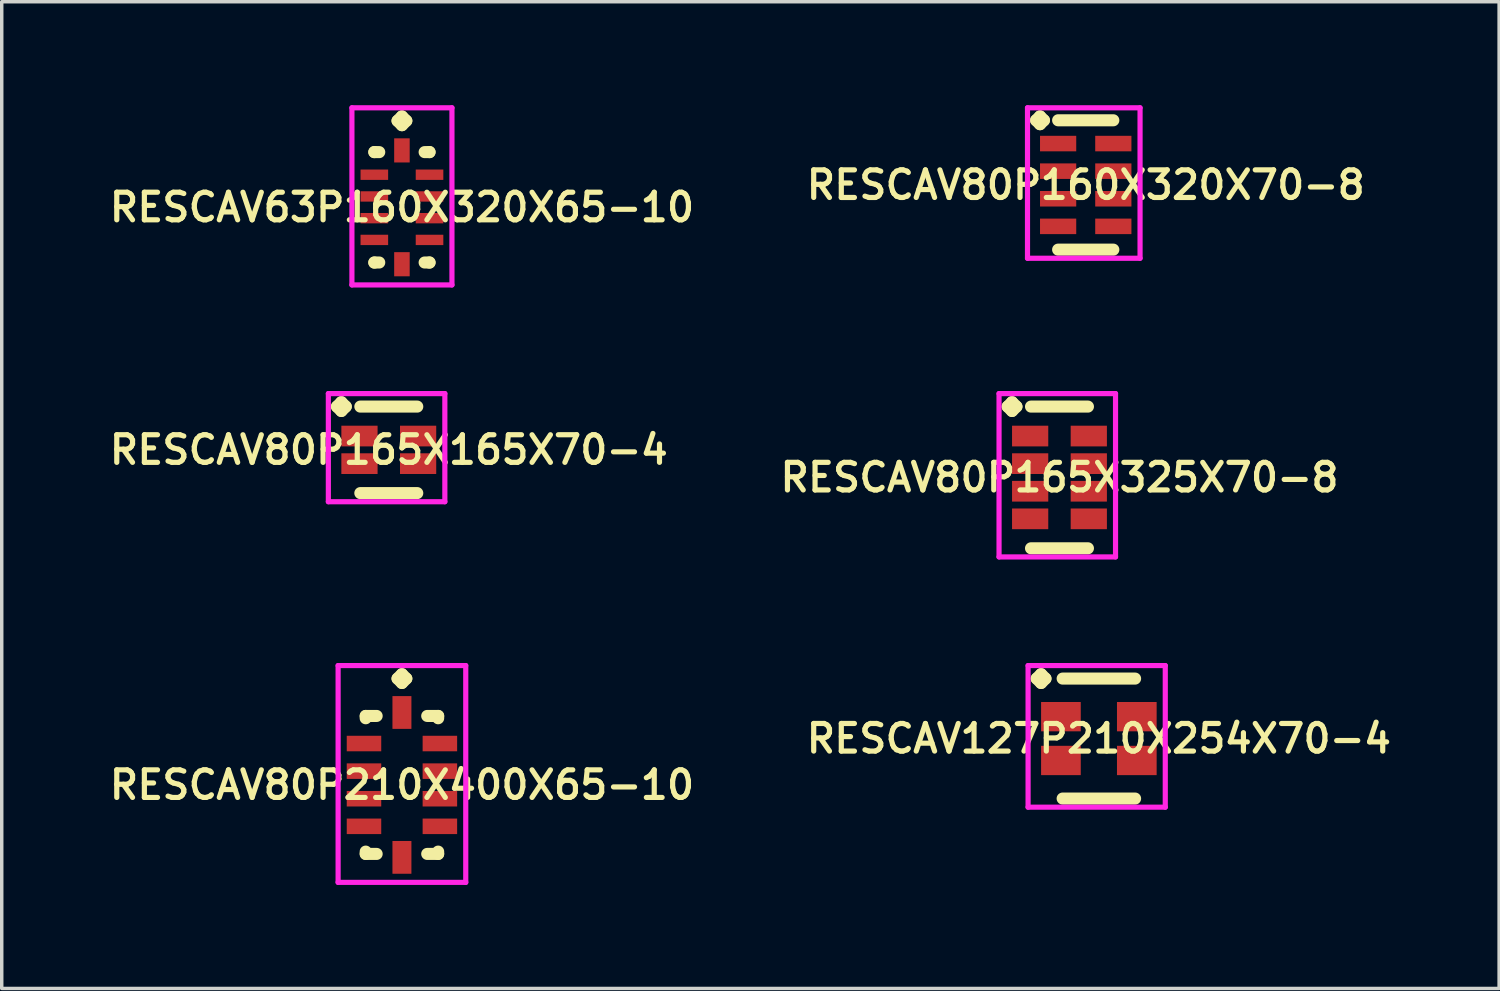
<source format=kicad_pcb>
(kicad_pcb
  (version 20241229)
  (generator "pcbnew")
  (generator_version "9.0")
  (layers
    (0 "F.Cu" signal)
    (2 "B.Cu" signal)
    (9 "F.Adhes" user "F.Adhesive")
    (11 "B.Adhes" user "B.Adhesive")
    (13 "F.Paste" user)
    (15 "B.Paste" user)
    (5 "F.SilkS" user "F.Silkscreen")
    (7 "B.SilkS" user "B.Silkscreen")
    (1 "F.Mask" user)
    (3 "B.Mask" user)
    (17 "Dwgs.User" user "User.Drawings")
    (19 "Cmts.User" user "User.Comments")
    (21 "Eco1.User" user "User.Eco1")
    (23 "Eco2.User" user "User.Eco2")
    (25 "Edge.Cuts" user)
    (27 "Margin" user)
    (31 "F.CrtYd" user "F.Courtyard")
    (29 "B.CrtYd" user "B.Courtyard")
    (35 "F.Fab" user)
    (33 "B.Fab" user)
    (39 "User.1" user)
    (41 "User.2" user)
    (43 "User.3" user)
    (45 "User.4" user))
  (footprint "RESCAV80P210X400X65-10"
    (layer "F.Cu")
    (at 8.602 19.705)
    (property "Reference" "RESCAV80P210X400X65-10" (at 0 0 0) (layer "F.SilkS") (effects (font (size 0.8 0.8) (thickness 0.15))))
    (attr smd)
    (fp_line (start -1.05 -2) (end -0.733 -2) (stroke (width 0.35) (type solid)) (layer "F.SilkS"))
    (fp_line (start -1.05 -1.933) (end -1.05 -2) (stroke (width 0.35) (type solid)) (layer "F.SilkS"))
    (fp_line (start -1.05 1.933) (end -1.05 2) (stroke (width 0.35) (type solid)) (layer "F.SilkS"))
    (fp_line (start -1.05 2) (end -0.733 2) (stroke (width 0.35) (type solid)) (layer "F.SilkS"))
    (fp_line (start -0.127 -3.083) (end 0 -3.21) (stroke (width 0.35) (type solid)) (layer "F.SilkS"))
    (fp_line (start 0 -3.21) (end 0.127 -3.083) (stroke (width 0.35) (type solid)) (layer "F.SilkS"))
    (fp_line (start 0 -2.956) (end -0.127 -3.083) (stroke (width 0.35) (type solid)) (layer "F.SilkS"))
    (fp_line (start 0.127 -3.083) (end 0 -2.956) (stroke (width 0.35) (type solid)) (layer "F.SilkS"))
    (fp_line (start 1.05 -2) (end 0.733 -2) (stroke (width 0.35) (type solid)) (layer "F.SilkS"))
    (fp_line (start 1.05 -1.933) (end 1.05 -2) (stroke (width 0.35) (type solid)) (layer "F.SilkS"))
    (fp_line (start 1.05 1.933) (end 1.05 2) (stroke (width 0.35) (type solid)) (layer "F.SilkS"))
    (fp_line (start 1.05 2) (end 0.733 2) (stroke (width 0.35) (type solid)) (layer "F.SilkS"))
    (fp_line (start -1.85 -3.46) (end 1.85 -3.46) (stroke (width 0.15) (type solid)) (layer "F.CrtYd"))
    (fp_line (start -1.85 2.825) (end -1.85 -3.46) (stroke (width 0.15) (type solid)) (layer "F.CrtYd"))
    (fp_line (start 1.85 -3.46) (end 1.85 2.825) (stroke (width 0.15) (type solid)) (layer "F.CrtYd"))
    (fp_line (start 1.85 2.825) (end -1.85 2.825) (stroke (width 0.15) (type solid)) (layer "F.CrtYd"))
    (pad "1" smd rect (at 0 -2.1) (size 0.55 0.95) (layers "F.Cu" "F.Mask" "F.Paste"))
    (pad "2" smd rect (at -1.1 -1.2) (size 1 0.45) (layers "F.Cu" "F.Mask" "F.Paste"))
    (pad "3" smd rect (at -1.1 -0.4) (size 1 0.45) (layers "F.Cu" "F.Mask" "F.Paste"))
    (pad "4" smd rect (at -1.1 0.4) (size 1 0.45) (layers "F.Cu" "F.Mask" "F.Paste"))
    (pad "5" smd rect (at -1.1 1.2) (size 1 0.45) (layers "F.Cu" "F.Mask" "F.Paste"))
    (pad "6" smd rect (at 0 2.1) (size 0.55 0.95) (layers "F.Cu" "F.Mask" "F.Paste"))
    (pad "7" smd rect (at 1.1 1.2) (size 1 0.45) (layers "F.Cu" "F.Mask" "F.Paste"))
    (pad "8" smd rect (at 1.1 0.4) (size 1 0.45) (layers "F.Cu" "F.Mask" "F.Paste"))
    (pad "9" smd rect (at 1.1 -0.4) (size 1 0.45) (layers "F.Cu" "F.Mask" "F.Paste"))
    (pad "10" smd rect (at 1.1 -1.2) (size 1 0.45) (layers "F.Cu" "F.Mask" "F.Paste")))
  (footprint "RESCAV63P160X320X65-10"
    (layer "F.Cu")
    (at 8.602 2.96)
    (property "Reference" "RESCAV63P160X320X65-10" (at 0 0 0) (layer "F.SilkS") (effects (font (size 0.8 0.8) (thickness 0.15))))
    (attr smd)
    (fp_line (start -0.8 -1.603) (end -0.8 -1.6) (stroke (width 0.35) (type solid)) (layer "F.SilkS"))
    (fp_line (start -0.8 -1.6) (end -0.658 -1.6) (stroke (width 0.35) (type solid)) (layer "F.SilkS"))
    (fp_line (start -0.8 1.6) (end -0.658 1.6) (stroke (width 0.35) (type solid)) (layer "F.SilkS"))
    (fp_line (start -0.8 1.603) (end -0.8 1.6) (stroke (width 0.35) (type solid)) (layer "F.SilkS"))
    (fp_line (start -0.127 -2.508) (end 0 -2.635) (stroke (width 0.35) (type solid)) (layer "F.SilkS"))
    (fp_line (start 0 -2.635) (end 0.127 -2.508) (stroke (width 0.35) (type solid)) (layer "F.SilkS"))
    (fp_line (start 0 -2.381) (end -0.127 -2.508) (stroke (width 0.35) (type solid)) (layer "F.SilkS"))
    (fp_line (start 0.127 -2.508) (end 0 -2.381) (stroke (width 0.35) (type solid)) (layer "F.SilkS"))
    (fp_line (start 0.8 -1.603) (end 0.8 -1.6) (stroke (width 0.35) (type solid)) (layer "F.SilkS"))
    (fp_line (start 0.8 -1.6) (end 0.658 -1.6) (stroke (width 0.35) (type solid)) (layer "F.SilkS"))
    (fp_line (start 0.8 1.6) (end 0.658 1.6) (stroke (width 0.35) (type solid)) (layer "F.SilkS"))
    (fp_line (start 0.8 1.603) (end 0.8 1.6) (stroke (width 0.35) (type solid)) (layer "F.SilkS"))
    (fp_line (start -1.45 -2.885) (end 1.45 -2.885) (stroke (width 0.15) (type solid)) (layer "F.CrtYd"))
    (fp_line (start -1.45 2.25) (end -1.45 -2.885) (stroke (width 0.15) (type solid)) (layer "F.CrtYd"))
    (fp_line (start 1.45 -2.885) (end 1.45 2.25) (stroke (width 0.15) (type solid)) (layer "F.CrtYd"))
    (fp_line (start 1.45 2.25) (end -1.45 2.25) (stroke (width 0.15) (type solid)) (layer "F.CrtYd"))
    (pad "1" smd rect (at 0 -1.65) (size 0.45 0.7) (layers "F.Cu" "F.Mask" "F.Paste"))
    (pad "2" smd rect (at -0.8 -0.945) (size 0.8 0.3) (layers "F.Cu" "F.Mask" "F.Paste"))
    (pad "3" smd rect (at -0.8 -0.315) (size 0.8 0.3) (layers "F.Cu" "F.Mask" "F.Paste"))
    (pad "4" smd rect (at -0.8 0.315) (size 0.8 0.3) (layers "F.Cu" "F.Mask" "F.Paste"))
    (pad "5" smd rect (at -0.8 0.945) (size 0.8 0.3) (layers "F.Cu" "F.Mask" "F.Paste"))
    (pad "6" smd rect (at 0 1.65) (size 0.45 0.7) (layers "F.Cu" "F.Mask" "F.Paste"))
    (pad "7" smd rect (at 0.8 0.945) (size 0.8 0.3) (layers "F.Cu" "F.Mask" "F.Paste"))
    (pad "8" smd rect (at 0.8 0.315) (size 0.8 0.3) (layers "F.Cu" "F.Mask" "F.Paste"))
    (pad "9" smd rect (at 0.8 -0.315) (size 0.8 0.3) (layers "F.Cu" "F.Mask" "F.Paste"))
    (pad "10" smd rect (at 0.8 -0.945) (size 0.8 0.3) (layers "F.Cu" "F.Mask" "F.Paste")))
  (footprint "RESCAV80P165X165X70-4"
    (layer "F.Cu")
    (at 8.221 9.991)
    (property "Reference" "RESCAV80P165X165X70-4" (at 0 0 0) (layer "F.SilkS") (effects (font (size 0.8 0.8) (thickness 0.15))))
    (attr smd)
    (fp_line (start -1.502 -1.254) (end -1.375 -1.381) (stroke (width 0.35) (type solid)) (layer "F.SilkS"))
    (fp_line (start -1.375 -1.381) (end -1.248 -1.254) (stroke (width 0.35) (type solid)) (layer "F.SilkS"))
    (fp_line (start -1.375 -1.127) (end -1.502 -1.254) (stroke (width 0.35) (type solid)) (layer "F.SilkS"))
    (fp_line (start -1.248 -1.254) (end -1.375 -1.127) (stroke (width 0.35) (type solid)) (layer "F.SilkS"))
    (fp_line (start -0.825 -1.254) (end 0.825 -1.254) (stroke (width 0.35) (type solid)) (layer "F.SilkS"))
    (fp_line (start -0.825 1.254) (end 0.825 1.254) (stroke (width 0.35) (type solid)) (layer "F.SilkS"))
    (fp_line (start -1.752 -1.631) (end 1.625 -1.631) (stroke (width 0.15) (type solid)) (layer "F.CrtYd"))
    (fp_line (start -1.752 1.504) (end -1.752 -1.631) (stroke (width 0.15) (type solid)) (layer "F.CrtYd"))
    (fp_line (start 1.625 -1.631) (end 1.625 1.504) (stroke (width 0.15) (type solid)) (layer "F.CrtYd"))
    (fp_line (start 1.625 1.504) (end -1.752 1.504) (stroke (width 0.15) (type solid)) (layer "F.CrtYd"))
    (pad "1" smd rect (at -0.85 -0.4) (size 1.05 0.6) (layers "F.Cu" "F.Mask" "F.Paste"))
    (pad "2" smd rect (at -0.85 0.4) (size 1.05 0.6) (layers "F.Cu" "F.Mask" "F.Paste"))
    (pad "3" smd rect (at 0.85 0.4) (size 1.05 0.6) (layers "F.Cu" "F.Mask" "F.Paste"))
    (pad "4" smd rect (at 0.85 -0.4) (size 1.05 0.6) (layers "F.Cu" "F.Mask" "F.Paste")))
  (footprint "RESCAV80P165X325X70-8"
    (layer "F.Cu")
    (at 27.664 10.791)
    (property "Reference" "RESCAV80P165X325X70-8" (at 0 0 0) (layer "F.SilkS") (effects (font (size 0.8 0.8) (thickness 0.15))))
    (attr smd)
    (fp_line (start -1.502 -2.054) (end -1.375 -2.181) (stroke (width 0.35) (type solid)) (layer "F.SilkS"))
    (fp_line (start -1.375 -2.181) (end -1.248 -2.054) (stroke (width 0.35) (type solid)) (layer "F.SilkS"))
    (fp_line (start -1.375 -1.927) (end -1.502 -2.054) (stroke (width 0.35) (type solid)) (layer "F.SilkS"))
    (fp_line (start -1.248 -2.054) (end -1.375 -1.927) (stroke (width 0.35) (type solid)) (layer "F.SilkS"))
    (fp_line (start -0.825 -2.054) (end 0.825 -2.054) (stroke (width 0.35) (type solid)) (layer "F.SilkS"))
    (fp_line (start -0.825 2.054) (end 0.825 2.054) (stroke (width 0.35) (type solid)) (layer "F.SilkS"))
    (fp_line (start -1.752 -2.431) (end 1.625 -2.431) (stroke (width 0.15) (type solid)) (layer "F.CrtYd"))
    (fp_line (start -1.752 2.304) (end -1.752 -2.431) (stroke (width 0.15) (type solid)) (layer "F.CrtYd"))
    (fp_line (start 1.625 -2.431) (end 1.625 2.304) (stroke (width 0.15) (type solid)) (layer "F.CrtYd"))
    (fp_line (start 1.625 2.304) (end -1.752 2.304) (stroke (width 0.15) (type solid)) (layer "F.CrtYd"))
    (pad "1" smd rect (at -0.85 -1.2) (size 1.05 0.6) (layers "F.Cu" "F.Mask" "F.Paste"))
    (pad "2" smd rect (at -0.85 -0.4) (size 1.05 0.6) (layers "F.Cu" "F.Mask" "F.Paste"))
    (pad "3" smd rect (at -0.85 0.4) (size 1.05 0.6) (layers "F.Cu" "F.Mask" "F.Paste"))
    (pad "4" smd rect (at -0.85 1.2) (size 1.05 0.6) (layers "F.Cu" "F.Mask" "F.Paste"))
    (pad "5" smd rect (at 0.85 1.2) (size 1.05 0.6) (layers "F.Cu" "F.Mask" "F.Paste"))
    (pad "6" smd rect (at 0.85 0.4) (size 1.05 0.6) (layers "F.Cu" "F.Mask" "F.Paste"))
    (pad "7" smd rect (at 0.85 -0.4) (size 1.05 0.6) (layers "F.Cu" "F.Mask" "F.Paste"))
    (pad "8" smd rect (at 0.85 -1.2) (size 1.05 0.6) (layers "F.Cu" "F.Mask" "F.Paste")))
  (footprint "RESCAV127P210X254X70-4"
    (layer "F.Cu")
    (at 28.806 18.361)
    (property "Reference" "RESCAV127P210X254X70-4" (at 0 0 0) (layer "F.SilkS") (effects (font (size 0.8 0.8) (thickness 0.15))))
    (attr smd)
    (fp_line (start -1.802 -1.739) (end -1.675 -1.866) (stroke (width 0.35) (type solid)) (layer "F.SilkS"))
    (fp_line (start -1.675 -1.866) (end -1.548 -1.739) (stroke (width 0.35) (type solid)) (layer "F.SilkS"))
    (fp_line (start -1.675 -1.612) (end -1.802 -1.739) (stroke (width 0.35) (type solid)) (layer "F.SilkS"))
    (fp_line (start -1.548 -1.739) (end -1.675 -1.612) (stroke (width 0.35) (type solid)) (layer "F.SilkS"))
    (fp_line (start -1.05 -1.739) (end 1.05 -1.739) (stroke (width 0.35) (type solid)) (layer "F.SilkS"))
    (fp_line (start -1.05 1.739) (end 1.05 1.739) (stroke (width 0.35) (type solid)) (layer "F.SilkS"))
    (fp_line (start -2.052 -2.116) (end 1.925 -2.116) (stroke (width 0.15) (type solid)) (layer "F.CrtYd"))
    (fp_line (start -2.052 1.989) (end -2.052 -2.116) (stroke (width 0.15) (type solid)) (layer "F.CrtYd"))
    (fp_line (start 1.925 -2.116) (end 1.925 1.989) (stroke (width 0.15) (type solid)) (layer "F.CrtYd"))
    (fp_line (start 1.925 1.989) (end -2.052 1.989) (stroke (width 0.15) (type solid)) (layer "F.CrtYd"))
    (pad "1" smd rect (at -1.1 -0.635) (size 1.15 0.85) (layers "F.Cu" "F.Mask" "F.Paste"))
    (pad "2" smd rect (at -1.1 0.635) (size 1.15 0.85) (layers "F.Cu" "F.Mask" "F.Paste"))
    (pad "3" smd rect (at 1.1 0.635) (size 1.15 0.85) (layers "F.Cu" "F.Mask" "F.Paste"))
    (pad "4" smd rect (at 1.1 -0.635) (size 1.15 0.85) (layers "F.Cu" "F.Mask" "F.Paste")))
  (footprint "RESCAV80P160X320X70-8"
    (layer "F.Cu")
    (at 28.425 2.312)
    (property "Reference" "RESCAV80P160X320X70-8" (at 0 0 0) (layer "F.SilkS") (effects (font (size 0.8 0.8) (thickness 0.15))))
    (attr smd)
    (fp_line (start -1.438 -1.875) (end -1.325 -1.988) (stroke (width 0.35) (type solid)) (layer "F.SilkS"))
    (fp_line (start -1.325 -1.988) (end -1.212 -1.875) (stroke (width 0.35) (type solid)) (layer "F.SilkS"))
    (fp_line (start -1.325 -1.762) (end -1.438 -1.875) (stroke (width 0.35) (type solid)) (layer "F.SilkS"))
    (fp_line (start -1.212 -1.875) (end -1.325 -1.762) (stroke (width 0.35) (type solid)) (layer "F.SilkS"))
    (fp_line (start -0.8 -1.875) (end 0.8 -1.875) (stroke (width 0.35) (type solid)) (layer "F.SilkS"))
    (fp_line (start -0.8 1.875) (end 0.8 1.875) (stroke (width 0.35) (type solid)) (layer "F.SilkS"))
    (fp_line (start -1.688 -2.237) (end 1.575 -2.237) (stroke (width 0.15) (type solid)) (layer "F.CrtYd"))
    (fp_line (start -1.688 2.125) (end -1.688 -2.237) (stroke (width 0.15) (type solid)) (layer "F.CrtYd"))
    (fp_line (start 1.575 -2.237) (end 1.575 2.125) (stroke (width 0.15) (type solid)) (layer "F.CrtYd"))
    (fp_line (start 1.575 2.125) (end -1.688 2.125) (stroke (width 0.15) (type solid)) (layer "F.CrtYd"))
    (pad "1" smd rect (at -0.8 -1.2) (size 1.05 0.45) (layers "F.Cu" "F.Mask" "F.Paste"))
    (pad "2" smd rect (at -0.8 -0.4) (size 1.05 0.45) (layers "F.Cu" "F.Mask" "F.Paste"))
    (pad "3" smd rect (at -0.8 0.4) (size 1.05 0.45) (layers "F.Cu" "F.Mask" "F.Paste"))
    (pad "4" smd rect (at -0.8 1.2) (size 1.05 0.45) (layers "F.Cu" "F.Mask" "F.Paste"))
    (pad "5" smd rect (at 0.8 1.2) (size 1.05 0.45) (layers "F.Cu" "F.Mask" "F.Paste"))
    (pad "6" smd rect (at 0.8 0.4) (size 1.05 0.45) (layers "F.Cu" "F.Mask" "F.Paste"))
    (pad "7" smd rect (at 0.8 -0.4) (size 1.05 0.45) (layers "F.Cu" "F.Mask" "F.Paste"))
    (pad "8" smd rect (at 0.8 -1.2) (size 1.05 0.45) (layers "F.Cu" "F.Mask" "F.Paste")))
  (gr_rect
    (start -3 -3)
    (end 40.409 25.605)
    (stroke (width 0.1) (type default))
    (fill no)
    (layer "Edge.Cuts")))
</source>
